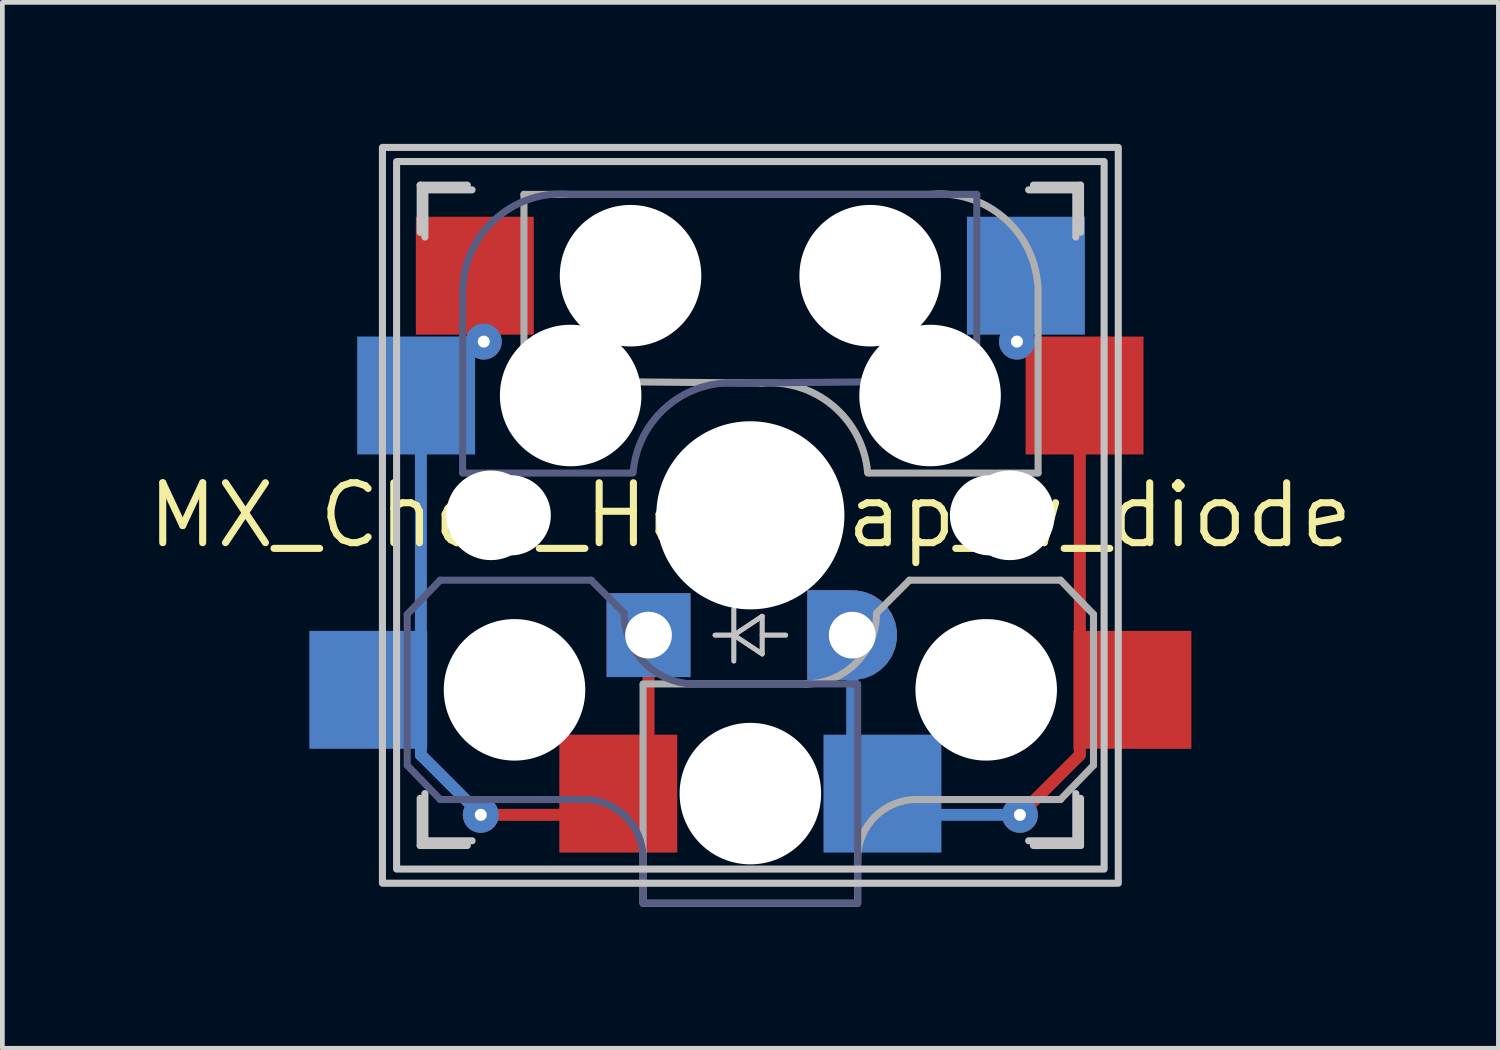
<source format=kicad_pcb>
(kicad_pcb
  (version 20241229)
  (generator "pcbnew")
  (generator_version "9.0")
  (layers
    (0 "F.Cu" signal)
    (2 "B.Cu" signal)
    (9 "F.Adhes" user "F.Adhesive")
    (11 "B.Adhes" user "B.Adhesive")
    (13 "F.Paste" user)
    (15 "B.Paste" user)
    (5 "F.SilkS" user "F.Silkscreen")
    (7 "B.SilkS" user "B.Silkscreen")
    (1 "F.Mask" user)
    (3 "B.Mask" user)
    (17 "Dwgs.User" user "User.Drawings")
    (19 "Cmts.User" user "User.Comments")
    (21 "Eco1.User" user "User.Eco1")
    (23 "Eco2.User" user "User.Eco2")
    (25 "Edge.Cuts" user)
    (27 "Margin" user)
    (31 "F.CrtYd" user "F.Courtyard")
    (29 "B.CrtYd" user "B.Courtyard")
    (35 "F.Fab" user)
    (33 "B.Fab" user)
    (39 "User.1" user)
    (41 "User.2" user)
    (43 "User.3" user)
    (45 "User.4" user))
  (footprint "MX_Choc_Hotswap_w_diode"
    (layer "F.Cu")
    (at 12.858 7.875)
    (property "Reference" "MX_Choc_Hotswap_w_diode" (at 0 0 0) (layer "F.SilkS") (effects (font (size 1.27 1.27) (thickness 0.15))))
    (attr through_hole)
    (fp_line (start -5.715 6.35) (end -1.905 6.35) (stroke (width 0.254) (type default)) (layer "F.Cu"))
    (fp_line (start -2.159 2.54) (end -2.159 5.08) (stroke (width 0.254) (type default)) (layer "F.Cu"))
    (fp_line (start 6.985 -2.54) (end 6.985 5.08) (stroke (width 0.254) (type default)) (layer "F.Cu"))
    (fp_line (start 6.985 5.08) (end 5.715 6.35) (stroke (width 0.254) (type default)) (layer "F.Cu"))
    (fp_line (start -6.985 -2.54) (end -6.985 5.08) (stroke (width 0.254) (type default)) (layer "B.Cu"))
    (fp_line (start -6.985 5.08) (end -5.715 6.35) (stroke (width 0.254) (type default)) (layer "B.Cu"))
    (fp_line (start 2.159 2.54) (end 2.159 5.08) (stroke (width 0.254) (type default)) (layer "B.Cu"))
    (fp_line (start 5.715 6.35) (end 1.905 6.35) (stroke (width 0.254) (type default)) (layer "B.Cu"))
    (fp_line (start -7 -6) (end -7 -7) (stroke (width 0.15) (type solid)) (layer "Dwgs.User"))
    (fp_line (start -7 7) (end -7 6) (stroke (width 0.15) (type solid)) (layer "Dwgs.User"))
    (fp_line (start -7 7) (end -6 7) (stroke (width 0.15) (type solid)) (layer "Dwgs.User"))
    (fp_line (start -6.9 -6.9) (end -6.9 -5.9) (stroke (width 0.15) (type solid)) (layer "Dwgs.User"))
    (fp_line (start -6.9 -6.9) (end -5.9 -6.9) (stroke (width 0.15) (type solid)) (layer "Dwgs.User"))
    (fp_line (start -6.9 5.9) (end -6.9 6.9) (stroke (width 0.15) (type solid)) (layer "Dwgs.User"))
    (fp_line (start -6 -7) (end -7 -7) (stroke (width 0.15) (type solid)) (layer "Dwgs.User"))
    (fp_line (start -5.9 6.9) (end -6.9 6.9) (stroke (width 0.15) (type solid)) (layer "Dwgs.User"))
    (fp_line (start -0.75 2.54) (end -0.35 2.54) (stroke (width 0.1) (type solid)) (layer "Dwgs.User"))
    (fp_line (start -0.75 2.54) (end -0.35 2.54) (stroke (width 0.1) (type solid)) (layer "Dwgs.User"))
    (fp_line (start -0.35 2.54) (end -0.35 1.99) (stroke (width 0.1) (type solid)) (layer "Dwgs.User"))
    (fp_line (start -0.35 2.54) (end -0.35 1.99) (stroke (width 0.1) (type solid)) (layer "Dwgs.User"))
    (fp_line (start -0.35 2.54) (end -0.35 3.09) (stroke (width 0.1) (type solid)) (layer "Dwgs.User"))
    (fp_line (start -0.35 2.54) (end -0.35 3.09) (stroke (width 0.1) (type solid)) (layer "Dwgs.User"))
    (fp_line (start -0.35 2.54) (end 0.25 2.14) (stroke (width 0.1) (type solid)) (layer "Dwgs.User"))
    (fp_line (start -0.35 2.54) (end 0.25 2.14) (stroke (width 0.1) (type solid)) (layer "Dwgs.User"))
    (fp_line (start 0.25 2.14) (end 0.25 2.94) (stroke (width 0.1) (type solid)) (layer "Dwgs.User"))
    (fp_line (start 0.25 2.14) (end 0.25 2.94) (stroke (width 0.1) (type solid)) (layer "Dwgs.User"))
    (fp_line (start 0.25 2.54) (end 0.75 2.54) (stroke (width 0.1) (type solid)) (layer "Dwgs.User"))
    (fp_line (start 0.25 2.54) (end 0.75 2.54) (stroke (width 0.1) (type solid)) (layer "Dwgs.User"))
    (fp_line (start 0.25 2.94) (end -0.35 2.54) (stroke (width 0.1) (type solid)) (layer "Dwgs.User"))
    (fp_line (start 0.25 2.94) (end -0.35 2.54) (stroke (width 0.1) (type solid)) (layer "Dwgs.User"))
    (fp_line (start 5.9 -6.9) (end 6.9 -6.9) (stroke (width 0.15) (type solid)) (layer "Dwgs.User"))
    (fp_line (start 6 7) (end 7 7) (stroke (width 0.15) (type solid)) (layer "Dwgs.User"))
    (fp_line (start 6.9 -5.9) (end 6.9 -6.9) (stroke (width 0.15) (type solid)) (layer "Dwgs.User"))
    (fp_line (start 6.9 6.9) (end 5.9 6.9) (stroke (width 0.15) (type solid)) (layer "Dwgs.User"))
    (fp_line (start 6.9 6.9) (end 6.9 5.9) (stroke (width 0.15) (type solid)) (layer "Dwgs.User"))
    (fp_line (start 7 -7) (end 6 -7) (stroke (width 0.15) (type solid)) (layer "Dwgs.User"))
    (fp_line (start 7 -7) (end 7 -6) (stroke (width 0.15) (type solid)) (layer "Dwgs.User"))
    (fp_line (start 7 6) (end 7 7) (stroke (width 0.15) (type solid)) (layer "Dwgs.User"))
    (fp_rect (start -7.8 -7.8) (end 7.8 7.8) (stroke (width 0.15) (type default)) (fill no) (layer "Dwgs.User"))
    (fp_rect (start -7.5 -7.5) (end 7.5 7.5) (stroke (width 0.15) (type default)) (fill no) (layer "Dwgs.User"))
    (fp_circle (center 0 0) (end 1 0) (stroke (width 0.1) (type default)) (fill no) (layer "Dwgs.User"))
    (fp_circle (center 0 0) (end 1 0) (stroke (width 0.1) (type default)) (fill no) (layer "Dwgs.User"))
    (fp_line (start -7.275 2.1) (end -7.275 5.3) (stroke (width 0.15) (type solid)) (layer "B.Fab"))
    (fp_line (start -7.275 2.1) (end -6.575 1.375) (stroke (width 0.15) (type solid)) (layer "B.Fab"))
    (fp_line (start -6.575 6.025) (end -7.275 5.3) (stroke (width 0.15) (type solid)) (layer "B.Fab"))
    (fp_line (start -6.1 -4.85) (end -6.1 -0.905) (stroke (width 0.15) (type solid)) (layer "B.Fab"))
    (fp_line (start -6.1 -0.896) (end -2.49 -0.896) (stroke (width 0.15) (type solid)) (layer "B.Fab"))
    (fp_line (start -3.525 6.025) (end -6.575 6.025) (stroke (width 0.15) (type solid)) (layer "B.Fab"))
    (fp_line (start -3.375 1.375) (end -6.575 1.375) (stroke (width 0.15) (type solid)) (layer "B.Fab"))
    (fp_line (start -2.675 2.075) (end -3.375 1.375) (stroke (width 0.15) (type solid)) (layer "B.Fab"))
    (fp_line (start -2.275 7.275) (end -2.275 8.2) (stroke (width 0.15) (type solid)) (layer "B.Fab"))
    (fp_line (start 2.275 3.575) (end -1.175 3.575) (stroke (width 0.15) (type solid)) (layer "B.Fab"))
    (fp_line (start 2.275 3.6) (end 2.275 8.2) (stroke (width 0.15) (type solid)) (layer "B.Fab"))
    (fp_line (start 2.275 8.225) (end -2.275 8.225) (stroke (width 0.15) (type solid)) (layer "B.Fab"))
    (fp_line (start 4.8 -6.804) (end -3.825 -6.804) (stroke (width 0.15) (type solid)) (layer "B.Fab"))
    (fp_line (start 4.8 -2.896) (end 4.8 -6.804) (stroke (width 0.15) (type solid)) (layer "B.Fab"))
    (fp_line (start 4.8 -2.85) (end -0.25 -2.804) (stroke (width 0.15) (type solid)) (layer "B.Fab"))
    (fp_arc (start -6.089 -4.92) (mid -5.347189 -6.33089) (end -3.825 -6.804) (stroke (width 0.15) (type solid)) (layer "B.Fab"))
    (fp_arc (start -3.525 6.025) (mid -2.641116 6.391116) (end -2.275 7.275) (stroke (width 0.15) (type default)) (layer "B.Fab"))
    (fp_arc (start -2.485 -0.92) (mid -1.744361 -2.328061) (end -0.225 -2.8) (stroke (width 0.15) (type solid)) (layer "B.Fab"))
    (fp_arc (start -1.175 3.574999) (mid -2.235659 3.13566) (end -2.674999 2.075) (stroke (width 0.15) (type solid)) (layer "B.Fab"))
    (fp_line (start -4.8 -6.804) (end 3.825 -6.804) (stroke (width 0.15) (type solid)) (layer "F.Fab"))
    (fp_line (start -4.8 -2.896) (end -4.8 -6.804) (stroke (width 0.15) (type solid)) (layer "F.Fab"))
    (fp_line (start -4.8 -2.85) (end 0.25 -2.804) (stroke (width 0.15) (type solid)) (layer "F.Fab"))
    (fp_line (start -2.275 3.575) (end 1.175 3.575) (stroke (width 0.15) (type solid)) (layer "F.Fab"))
    (fp_line (start -2.275 3.6) (end -2.275 8.2) (stroke (width 0.15) (type solid)) (layer "F.Fab"))
    (fp_line (start -2.275 8.225) (end 2.275 8.225) (stroke (width 0.15) (type solid)) (layer "F.Fab"))
    (fp_line (start 2.275 7.275) (end 2.275 8.2) (stroke (width 0.15) (type solid)) (layer "F.Fab"))
    (fp_line (start 2.675 2.075) (end 3.375 1.375) (stroke (width 0.15) (type solid)) (layer "F.Fab"))
    (fp_line (start 3.375 1.375) (end 6.575 1.375) (stroke (width 0.15) (type solid)) (layer "F.Fab"))
    (fp_line (start 3.525 6.025) (end 6.575 6.025) (stroke (width 0.15) (type solid)) (layer "F.Fab"))
    (fp_line (start 6.1 -4.85) (end 6.1 -0.905) (stroke (width 0.15) (type solid)) (layer "F.Fab"))
    (fp_line (start 6.1 -0.896) (end 2.49 -0.896) (stroke (width 0.15) (type solid)) (layer "F.Fab"))
    (fp_line (start 6.575 6.025) (end 7.275 5.3) (stroke (width 0.15) (type solid)) (layer "F.Fab"))
    (fp_line (start 7.275 2.1) (end 6.575 1.375) (stroke (width 0.15) (type solid)) (layer "F.Fab"))
    (fp_line (start 7.275 2.1) (end 7.275 5.3) (stroke (width 0.15) (type solid)) (layer "F.Fab"))
    (fp_arc (start 0.225 -2.8) (mid 1.74436 -2.328061) (end 2.485 -0.92) (stroke (width 0.15) (type solid)) (layer "F.Fab"))
    (fp_arc (start 2.275 7.275) (mid 2.641116 6.391116) (end 3.525 6.025) (stroke (width 0.15) (type default)) (layer "F.Fab"))
    (fp_arc (start 2.674999 2.075) (mid 2.235659 3.135659) (end 1.175 3.574999) (stroke (width 0.15) (type solid)) (layer "F.Fab"))
    (fp_arc (start 3.825 -6.804) (mid 5.347189 -6.33089) (end 6.089 -4.92) (stroke (width 0.15) (type solid)) (layer "F.Fab"))
    (pad "" np_thru_hole circle (at -5.5 0 90) (size 1.9 1.9) (drill 1.9) (layers "*.Cu" "*.Mask"))
    (pad "" np_thru_hole circle (at -5.08 0) (size 1.7 1.7) (drill 1.7) (layers "*.Cu" "*.Mask"))
    (pad "" np_thru_hole circle (at -5 3.7 90) (size 3 3) (drill 3) (layers "*.Cu" "*.Mask"))
    (pad "" np_thru_hole circle (at -3.81 -2.54 180) (size 3 3) (drill 3) (layers "*.Cu" "*.Mask"))
    (pad "" np_thru_hole circle (at -2.54 -5.08 180) (size 3 3) (drill 3) (layers "*.Cu" "*.Mask"))
    (pad "" np_thru_hole circle (at 0 0) (size 3.988 3.988) (drill 3.988) (layers "*.Cu" "*.Mask"))
    (pad "" np_thru_hole circle (at 0 5.9 90) (size 3 3) (drill 3) (layers "*.Cu" "*.Mask"))
    (pad "" np_thru_hole circle (at 2.54 -5.08 180) (size 3 3) (drill 3) (layers "*.Cu" "*.Mask"))
    (pad "" np_thru_hole circle (at 3.81 -2.54 180) (size 3 3) (drill 3) (layers "*.Cu" "*.Mask"))
    (pad "" np_thru_hole circle (at 5 3.7 270) (size 3 3) (drill 3) (layers "*.Cu" "*.Mask"))
    (pad "" np_thru_hole circle (at 5.08 0) (size 1.7 1.7) (drill 1.7) (layers "*.Cu" "*.Mask"))
    (pad "" np_thru_hole circle (at 5.5 0 90) (size 1.9 1.9) (drill 1.9) (layers "*.Cu" "*.Mask"))
    (pad "1" smd rect (at -8.1 3.7 180) (size 2.5 2.5) (layers "B.Cu" "B.Mask" "B.Paste"))
    (pad "1" smd rect (at -7.085 -2.54 180) (size 2.5 2.5) (layers "B.Cu" "B.Mask" "B.Paste"))
    (pad "1" smd rect (at -5.842 -5.08 180) (size 2.5 2.5) (layers "F.Cu" "F.Mask" "F.Paste"))
    (pad "1" thru_hole circle (at -5.715 6.35 181) (size 0.762 0.762) (drill 0.254) (layers "*.Cu"))
    (pad "1" thru_hole circle (at -5.652 -3.683 180) (size 0.762 0.762) (drill 0.254) (layers "*.Cu"))
    (pad "1" smd rect (at -2.8 5.9 180) (size 2.5 2.5) (layers "F.Cu" "F.Mask" "F.Paste"))
    (pad "1" thru_hole rect (at -2.159 2.54) (size 1.778 1.778) (drill 0.991) (layers "*.Cu" "*.Paste" "*.Mask"))
    (pad "1" thru_hole circle (at 5.715 6.35 179) (size 0.762 0.762) (drill 0.254) (layers "*.Cu"))
    (pad "2" thru_hole custom (at 2.159 2.54) (size 1.905 1.905) (drill 0.991) (layers "*.Cu" "*.Paste" "*.Mask") (options (anchor circle)) (primitives (gr_poly (pts (xy 0 0.953) (xy 0 -0.953) (xy -0.953 -0.953) (xy -0.953 0.953)) (width 0) (fill yes))))
    (pad "2" smd rect (at 2.8 5.9 180) (size 2.5 2.5) (layers "B.Cu" "B.Mask" "B.Paste"))
    (pad "2" thru_hole circle (at 5.652 -3.683 180) (size 0.762 0.762) (drill 0.254) (layers "*.Cu"))
    (pad "2" smd rect (at 5.842 -5.08 180) (size 2.5 2.5) (layers "B.Cu" "B.Mask" "B.Paste"))
    (pad "2" smd rect (at 7.085 -2.54 180) (size 2.5 2.5) (layers "F.Cu" "F.Mask" "F.Paste"))
    (pad "2" smd rect (at 8.1 3.7 180) (size 2.5 2.5) (layers "F.Cu" "F.Mask" "F.Paste")))
  (gr_rect
    (start -3 -3)
    (end 28.717 19.175)
    (stroke (width 0.1) (type default))
    (fill no)
    (layer "Edge.Cuts")))
</source>
